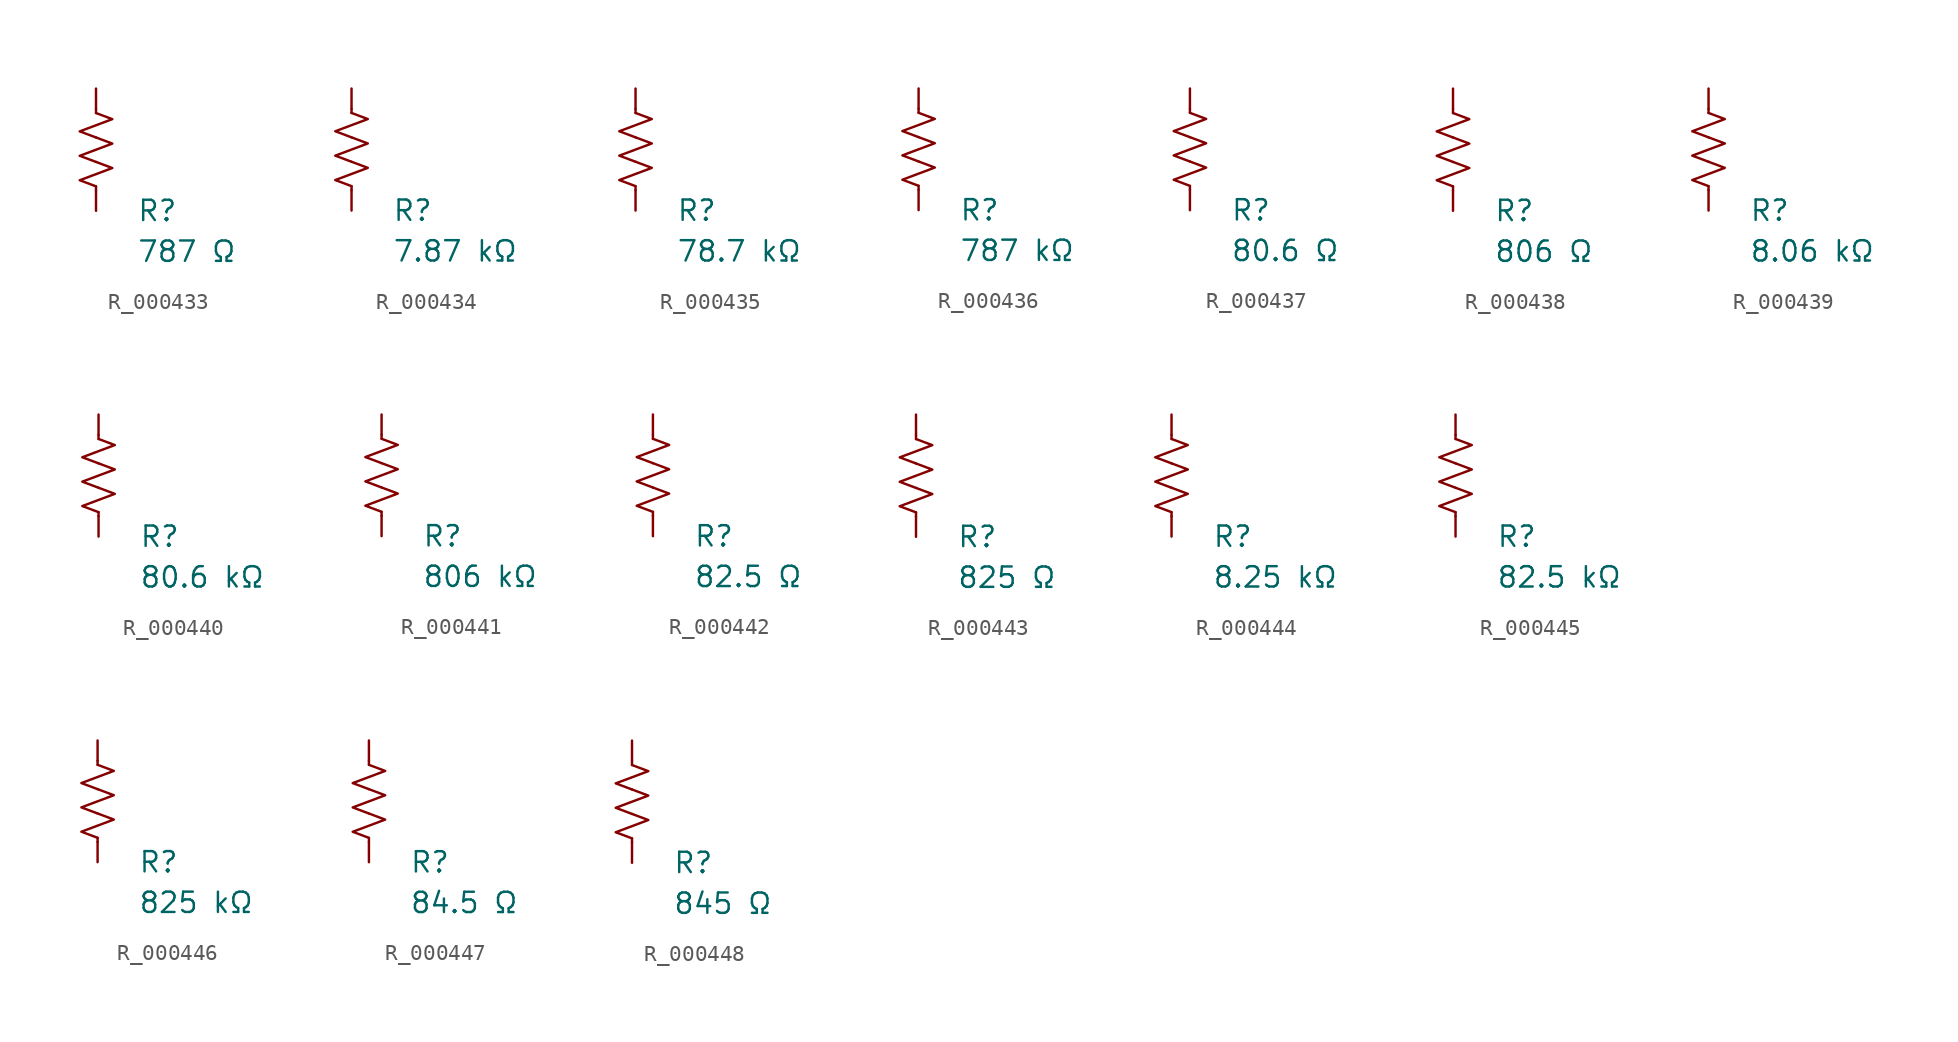
<source format=kicad_sym>
(kicad_symbol_lib
  (version 20231120)
  (generator "kicad_symbol_editor")
  (generator_version "8.0")
  (symbol "R_000433"
    (pin_numbers hide)
    (pin_names
      (offset 0))
    (property "Reference" "R"
      (at 2.54 -3.81 0)
      (effects (font (size 1.27 1.27)) (justify left))
      (show_name no))
    (property "Value" "787 Ω"
      (at 2.54 -6.35 0)
      (effects (font (size 1.27 1.27)) (justify left))
      (show_name no))
    (symbol "R_000433_0_1"
      (polyline (pts (xy 0 -2.286) (xy 0 -2.54)) (stroke (width 0) (type default)) (fill (type none)))
      (polyline (pts (xy 0 2.286) (xy 0 2.54)) (stroke (width 0) (type default)) (fill (type none)))
      (polyline (pts (xy 0 -0.762) (xy 1.016 -1.143) (xy 0 -1.524) (xy -1.016 -1.905) (xy 0 -2.286)) (stroke (width 0) (type default)) (fill (type none)))
      (polyline (pts (xy 0 0.762) (xy 1.016 0.381) (xy 0 0) (xy -1.016 -0.381) (xy 0 -0.762)) (stroke (width 0) (type default)) (fill (type none)))
      (polyline (pts (xy 0 2.286) (xy 1.016 1.905) (xy 0 1.524) (xy -1.016 1.143) (xy 0 0.762)) (stroke (width 0) (type default)) (fill (type none))))
    (symbol "R_000433_1_1"
      (pin passive line (at 0 3.81 270) (length 1.27) (name "~" (effects (font (size 1.27 1.27)))) (number "1" (effects (font (size 1.27 1.27)))))
      (pin passive line (at 0 -3.81 90) (length 1.27) (name "~" (effects (font (size 1.27 1.27)))) (number "2" (effects (font (size 1.27 1.27)))))))
  (symbol "R_000434"
    (pin_numbers hide)
    (pin_names
      (offset 0))
    (property "Reference" "R"
      (at 2.54 -3.81 0)
      (effects (font (size 1.27 1.27)) (justify left))
      (show_name no))
    (property "Value" "7.87 kΩ"
      (at 2.54 -6.35 0)
      (effects (font (size 1.27 1.27)) (justify left))
      (show_name no))
    (symbol "R_000434_0_1"
      (polyline (pts (xy 0 -2.286) (xy 0 -2.54)) (stroke (width 0) (type default)) (fill (type none)))
      (polyline (pts (xy 0 2.286) (xy 0 2.54)) (stroke (width 0) (type default)) (fill (type none)))
      (polyline (pts (xy 0 -0.762) (xy 1.016 -1.143) (xy 0 -1.524) (xy -1.016 -1.905) (xy 0 -2.286)) (stroke (width 0) (type default)) (fill (type none)))
      (polyline (pts (xy 0 0.762) (xy 1.016 0.381) (xy 0 0) (xy -1.016 -0.381) (xy 0 -0.762)) (stroke (width 0) (type default)) (fill (type none)))
      (polyline (pts (xy 0 2.286) (xy 1.016 1.905) (xy 0 1.524) (xy -1.016 1.143) (xy 0 0.762)) (stroke (width 0) (type default)) (fill (type none))))
    (symbol "R_000434_1_1"
      (pin passive line (at 0 3.81 270) (length 1.27) (name "~" (effects (font (size 1.27 1.27)))) (number "1" (effects (font (size 1.27 1.27)))))
      (pin passive line (at 0 -3.81 90) (length 1.27) (name "~" (effects (font (size 1.27 1.27)))) (number "2" (effects (font (size 1.27 1.27)))))))
  (symbol "R_000435"
    (pin_numbers hide)
    (pin_names
      (offset 0))
    (property "Reference" "R"
      (at 2.54 -3.81 0)
      (effects (font (size 1.27 1.27)) (justify left))
      (show_name no))
    (property "Value" "78.7 kΩ"
      (at 2.54 -6.35 0)
      (effects (font (size 1.27 1.27)) (justify left))
      (show_name no))
    (symbol "R_000435_0_1"
      (polyline (pts (xy 0 -2.286) (xy 0 -2.54)) (stroke (width 0) (type default)) (fill (type none)))
      (polyline (pts (xy 0 2.286) (xy 0 2.54)) (stroke (width 0) (type default)) (fill (type none)))
      (polyline (pts (xy 0 -0.762) (xy 1.016 -1.143) (xy 0 -1.524) (xy -1.016 -1.905) (xy 0 -2.286)) (stroke (width 0) (type default)) (fill (type none)))
      (polyline (pts (xy 0 0.762) (xy 1.016 0.381) (xy 0 0) (xy -1.016 -0.381) (xy 0 -0.762)) (stroke (width 0) (type default)) (fill (type none)))
      (polyline (pts (xy 0 2.286) (xy 1.016 1.905) (xy 0 1.524) (xy -1.016 1.143) (xy 0 0.762)) (stroke (width 0) (type default)) (fill (type none))))
    (symbol "R_000435_1_1"
      (pin passive line (at 0 3.81 270) (length 1.27) (name "~" (effects (font (size 1.27 1.27)))) (number "1" (effects (font (size 1.27 1.27)))))
      (pin passive line (at 0 -3.81 90) (length 1.27) (name "~" (effects (font (size 1.27 1.27)))) (number "2" (effects (font (size 1.27 1.27)))))))
  (symbol "R_000436"
    (pin_numbers hide)
    (pin_names
      (offset 0))
    (property "Reference" "R"
      (at 2.54 -3.81 0)
      (effects (font (size 1.27 1.27)) (justify left))
      (show_name no))
    (property "Value" "787 kΩ"
      (at 2.54 -6.35 0)
      (effects (font (size 1.27 1.27)) (justify left))
      (show_name no))
    (symbol "R_000436_0_1"
      (polyline (pts (xy 0 -2.286) (xy 0 -2.54)) (stroke (width 0) (type default)) (fill (type none)))
      (polyline (pts (xy 0 2.286) (xy 0 2.54)) (stroke (width 0) (type default)) (fill (type none)))
      (polyline (pts (xy 0 -0.762) (xy 1.016 -1.143) (xy 0 -1.524) (xy -1.016 -1.905) (xy 0 -2.286)) (stroke (width 0) (type default)) (fill (type none)))
      (polyline (pts (xy 0 0.762) (xy 1.016 0.381) (xy 0 0) (xy -1.016 -0.381) (xy 0 -0.762)) (stroke (width 0) (type default)) (fill (type none)))
      (polyline (pts (xy 0 2.286) (xy 1.016 1.905) (xy 0 1.524) (xy -1.016 1.143) (xy 0 0.762)) (stroke (width 0) (type default)) (fill (type none))))
    (symbol "R_000436_1_1"
      (pin passive line (at 0 3.81 270) (length 1.27) (name "~" (effects (font (size 1.27 1.27)))) (number "1" (effects (font (size 1.27 1.27)))))
      (pin passive line (at 0 -3.81 90) (length 1.27) (name "~" (effects (font (size 1.27 1.27)))) (number "2" (effects (font (size 1.27 1.27)))))))
  (symbol "R_000437"
    (pin_numbers hide)
    (pin_names
      (offset 0))
    (property "Reference" "R"
      (at 2.54 -3.81 0)
      (effects (font (size 1.27 1.27)) (justify left))
      (show_name no))
    (property "Value" "80.6 Ω"
      (at 2.54 -6.35 0)
      (effects (font (size 1.27 1.27)) (justify left))
      (show_name no))
    (symbol "R_000437_0_1"
      (polyline (pts (xy 0 -2.286) (xy 0 -2.54)) (stroke (width 0) (type default)) (fill (type none)))
      (polyline (pts (xy 0 2.286) (xy 0 2.54)) (stroke (width 0) (type default)) (fill (type none)))
      (polyline (pts (xy 0 -0.762) (xy 1.016 -1.143) (xy 0 -1.524) (xy -1.016 -1.905) (xy 0 -2.286)) (stroke (width 0) (type default)) (fill (type none)))
      (polyline (pts (xy 0 0.762) (xy 1.016 0.381) (xy 0 0) (xy -1.016 -0.381) (xy 0 -0.762)) (stroke (width 0) (type default)) (fill (type none)))
      (polyline (pts (xy 0 2.286) (xy 1.016 1.905) (xy 0 1.524) (xy -1.016 1.143) (xy 0 0.762)) (stroke (width 0) (type default)) (fill (type none))))
    (symbol "R_000437_1_1"
      (pin passive line (at 0 3.81 270) (length 1.27) (name "~" (effects (font (size 1.27 1.27)))) (number "1" (effects (font (size 1.27 1.27)))))
      (pin passive line (at 0 -3.81 90) (length 1.27) (name "~" (effects (font (size 1.27 1.27)))) (number "2" (effects (font (size 1.27 1.27)))))))
  (symbol "R_000438"
    (pin_numbers hide)
    (pin_names
      (offset 0))
    (property "Reference" "R"
      (at 2.54 -3.81 0)
      (effects (font (size 1.27 1.27)) (justify left))
      (show_name no))
    (property "Value" "806 Ω"
      (at 2.54 -6.35 0)
      (effects (font (size 1.27 1.27)) (justify left))
      (show_name no))
    (symbol "R_000438_0_1"
      (polyline (pts (xy 0 -2.286) (xy 0 -2.54)) (stroke (width 0) (type default)) (fill (type none)))
      (polyline (pts (xy 0 2.286) (xy 0 2.54)) (stroke (width 0) (type default)) (fill (type none)))
      (polyline (pts (xy 0 -0.762) (xy 1.016 -1.143) (xy 0 -1.524) (xy -1.016 -1.905) (xy 0 -2.286)) (stroke (width 0) (type default)) (fill (type none)))
      (polyline (pts (xy 0 0.762) (xy 1.016 0.381) (xy 0 0) (xy -1.016 -0.381) (xy 0 -0.762)) (stroke (width 0) (type default)) (fill (type none)))
      (polyline (pts (xy 0 2.286) (xy 1.016 1.905) (xy 0 1.524) (xy -1.016 1.143) (xy 0 0.762)) (stroke (width 0) (type default)) (fill (type none))))
    (symbol "R_000438_1_1"
      (pin passive line (at 0 3.81 270) (length 1.27) (name "~" (effects (font (size 1.27 1.27)))) (number "1" (effects (font (size 1.27 1.27)))))
      (pin passive line (at 0 -3.81 90) (length 1.27) (name "~" (effects (font (size 1.27 1.27)))) (number "2" (effects (font (size 1.27 1.27)))))))
  (symbol "R_000439"
    (pin_numbers hide)
    (pin_names
      (offset 0))
    (property "Reference" "R"
      (at 2.54 -3.81 0)
      (effects (font (size 1.27 1.27)) (justify left))
      (show_name no))
    (property "Value" "8.06 kΩ"
      (at 2.54 -6.35 0)
      (effects (font (size 1.27 1.27)) (justify left))
      (show_name no))
    (symbol "R_000439_0_1"
      (polyline (pts (xy 0 -2.286) (xy 0 -2.54)) (stroke (width 0) (type default)) (fill (type none)))
      (polyline (pts (xy 0 2.286) (xy 0 2.54)) (stroke (width 0) (type default)) (fill (type none)))
      (polyline (pts (xy 0 -0.762) (xy 1.016 -1.143) (xy 0 -1.524) (xy -1.016 -1.905) (xy 0 -2.286)) (stroke (width 0) (type default)) (fill (type none)))
      (polyline (pts (xy 0 0.762) (xy 1.016 0.381) (xy 0 0) (xy -1.016 -0.381) (xy 0 -0.762)) (stroke (width 0) (type default)) (fill (type none)))
      (polyline (pts (xy 0 2.286) (xy 1.016 1.905) (xy 0 1.524) (xy -1.016 1.143) (xy 0 0.762)) (stroke (width 0) (type default)) (fill (type none))))
    (symbol "R_000439_1_1"
      (pin passive line (at 0 3.81 270) (length 1.27) (name "~" (effects (font (size 1.27 1.27)))) (number "1" (effects (font (size 1.27 1.27)))))
      (pin passive line (at 0 -3.81 90) (length 1.27) (name "~" (effects (font (size 1.27 1.27)))) (number "2" (effects (font (size 1.27 1.27)))))))
  (symbol "R_000440"
    (pin_numbers hide)
    (pin_names
      (offset 0))
    (property "Reference" "R"
      (at 2.54 -3.81 0)
      (effects (font (size 1.27 1.27)) (justify left))
      (show_name no))
    (property "Value" "80.6 kΩ"
      (at 2.54 -6.35 0)
      (effects (font (size 1.27 1.27)) (justify left))
      (show_name no))
    (symbol "R_000440_0_1"
      (polyline (pts (xy 0 -2.286) (xy 0 -2.54)) (stroke (width 0) (type default)) (fill (type none)))
      (polyline (pts (xy 0 2.286) (xy 0 2.54)) (stroke (width 0) (type default)) (fill (type none)))
      (polyline (pts (xy 0 -0.762) (xy 1.016 -1.143) (xy 0 -1.524) (xy -1.016 -1.905) (xy 0 -2.286)) (stroke (width 0) (type default)) (fill (type none)))
      (polyline (pts (xy 0 0.762) (xy 1.016 0.381) (xy 0 0) (xy -1.016 -0.381) (xy 0 -0.762)) (stroke (width 0) (type default)) (fill (type none)))
      (polyline (pts (xy 0 2.286) (xy 1.016 1.905) (xy 0 1.524) (xy -1.016 1.143) (xy 0 0.762)) (stroke (width 0) (type default)) (fill (type none))))
    (symbol "R_000440_1_1"
      (pin passive line (at 0 3.81 270) (length 1.27) (name "~" (effects (font (size 1.27 1.27)))) (number "1" (effects (font (size 1.27 1.27)))))
      (pin passive line (at 0 -3.81 90) (length 1.27) (name "~" (effects (font (size 1.27 1.27)))) (number "2" (effects (font (size 1.27 1.27)))))))
  (symbol "R_000441"
    (pin_numbers hide)
    (pin_names
      (offset 0))
    (property "Reference" "R"
      (at 2.54 -3.81 0)
      (effects (font (size 1.27 1.27)) (justify left))
      (show_name no))
    (property "Value" "806 kΩ"
      (at 2.54 -6.35 0)
      (effects (font (size 1.27 1.27)) (justify left))
      (show_name no))
    (symbol "R_000441_0_1"
      (polyline (pts (xy 0 -2.286) (xy 0 -2.54)) (stroke (width 0) (type default)) (fill (type none)))
      (polyline (pts (xy 0 2.286) (xy 0 2.54)) (stroke (width 0) (type default)) (fill (type none)))
      (polyline (pts (xy 0 -0.762) (xy 1.016 -1.143) (xy 0 -1.524) (xy -1.016 -1.905) (xy 0 -2.286)) (stroke (width 0) (type default)) (fill (type none)))
      (polyline (pts (xy 0 0.762) (xy 1.016 0.381) (xy 0 0) (xy -1.016 -0.381) (xy 0 -0.762)) (stroke (width 0) (type default)) (fill (type none)))
      (polyline (pts (xy 0 2.286) (xy 1.016 1.905) (xy 0 1.524) (xy -1.016 1.143) (xy 0 0.762)) (stroke (width 0) (type default)) (fill (type none))))
    (symbol "R_000441_1_1"
      (pin passive line (at 0 3.81 270) (length 1.27) (name "~" (effects (font (size 1.27 1.27)))) (number "1" (effects (font (size 1.27 1.27)))))
      (pin passive line (at 0 -3.81 90) (length 1.27) (name "~" (effects (font (size 1.27 1.27)))) (number "2" (effects (font (size 1.27 1.27)))))))
  (symbol "R_000442"
    (pin_numbers hide)
    (pin_names
      (offset 0))
    (property "Reference" "R"
      (at 2.54 -3.81 0)
      (effects (font (size 1.27 1.27)) (justify left))
      (show_name no))
    (property "Value" "82.5 Ω"
      (at 2.54 -6.35 0)
      (effects (font (size 1.27 1.27)) (justify left))
      (show_name no))
    (symbol "R_000442_0_1"
      (polyline (pts (xy 0 -2.286) (xy 0 -2.54)) (stroke (width 0) (type default)) (fill (type none)))
      (polyline (pts (xy 0 2.286) (xy 0 2.54)) (stroke (width 0) (type default)) (fill (type none)))
      (polyline (pts (xy 0 -0.762) (xy 1.016 -1.143) (xy 0 -1.524) (xy -1.016 -1.905) (xy 0 -2.286)) (stroke (width 0) (type default)) (fill (type none)))
      (polyline (pts (xy 0 0.762) (xy 1.016 0.381) (xy 0 0) (xy -1.016 -0.381) (xy 0 -0.762)) (stroke (width 0) (type default)) (fill (type none)))
      (polyline (pts (xy 0 2.286) (xy 1.016 1.905) (xy 0 1.524) (xy -1.016 1.143) (xy 0 0.762)) (stroke (width 0) (type default)) (fill (type none))))
    (symbol "R_000442_1_1"
      (pin passive line (at 0 3.81 270) (length 1.27) (name "~" (effects (font (size 1.27 1.27)))) (number "1" (effects (font (size 1.27 1.27)))))
      (pin passive line (at 0 -3.81 90) (length 1.27) (name "~" (effects (font (size 1.27 1.27)))) (number "2" (effects (font (size 1.27 1.27)))))))
  (symbol "R_000443"
    (pin_numbers hide)
    (pin_names
      (offset 0))
    (property "Reference" "R"
      (at 2.54 -3.81 0)
      (effects (font (size 1.27 1.27)) (justify left))
      (show_name no))
    (property "Value" "825 Ω"
      (at 2.54 -6.35 0)
      (effects (font (size 1.27 1.27)) (justify left))
      (show_name no))
    (symbol "R_000443_0_1"
      (polyline (pts (xy 0 -2.286) (xy 0 -2.54)) (stroke (width 0) (type default)) (fill (type none)))
      (polyline (pts (xy 0 2.286) (xy 0 2.54)) (stroke (width 0) (type default)) (fill (type none)))
      (polyline (pts (xy 0 -0.762) (xy 1.016 -1.143) (xy 0 -1.524) (xy -1.016 -1.905) (xy 0 -2.286)) (stroke (width 0) (type default)) (fill (type none)))
      (polyline (pts (xy 0 0.762) (xy 1.016 0.381) (xy 0 0) (xy -1.016 -0.381) (xy 0 -0.762)) (stroke (width 0) (type default)) (fill (type none)))
      (polyline (pts (xy 0 2.286) (xy 1.016 1.905) (xy 0 1.524) (xy -1.016 1.143) (xy 0 0.762)) (stroke (width 0) (type default)) (fill (type none))))
    (symbol "R_000443_1_1"
      (pin passive line (at 0 3.81 270) (length 1.27) (name "~" (effects (font (size 1.27 1.27)))) (number "1" (effects (font (size 1.27 1.27)))))
      (pin passive line (at 0 -3.81 90) (length 1.27) (name "~" (effects (font (size 1.27 1.27)))) (number "2" (effects (font (size 1.27 1.27)))))))
  (symbol "R_000444"
    (pin_numbers hide)
    (pin_names
      (offset 0))
    (property "Reference" "R"
      (at 2.54 -3.81 0)
      (effects (font (size 1.27 1.27)) (justify left))
      (show_name no))
    (property "Value" "8.25 kΩ"
      (at 2.54 -6.35 0)
      (effects (font (size 1.27 1.27)) (justify left))
      (show_name no))
    (symbol "R_000444_0_1"
      (polyline (pts (xy 0 -2.286) (xy 0 -2.54)) (stroke (width 0) (type default)) (fill (type none)))
      (polyline (pts (xy 0 2.286) (xy 0 2.54)) (stroke (width 0) (type default)) (fill (type none)))
      (polyline (pts (xy 0 -0.762) (xy 1.016 -1.143) (xy 0 -1.524) (xy -1.016 -1.905) (xy 0 -2.286)) (stroke (width 0) (type default)) (fill (type none)))
      (polyline (pts (xy 0 0.762) (xy 1.016 0.381) (xy 0 0) (xy -1.016 -0.381) (xy 0 -0.762)) (stroke (width 0) (type default)) (fill (type none)))
      (polyline (pts (xy 0 2.286) (xy 1.016 1.905) (xy 0 1.524) (xy -1.016 1.143) (xy 0 0.762)) (stroke (width 0) (type default)) (fill (type none))))
    (symbol "R_000444_1_1"
      (pin passive line (at 0 3.81 270) (length 1.27) (name "~" (effects (font (size 1.27 1.27)))) (number "1" (effects (font (size 1.27 1.27)))))
      (pin passive line (at 0 -3.81 90) (length 1.27) (name "~" (effects (font (size 1.27 1.27)))) (number "2" (effects (font (size 1.27 1.27)))))))
  (symbol "R_000445"
    (pin_numbers hide)
    (pin_names
      (offset 0))
    (property "Reference" "R"
      (at 2.54 -3.81 0)
      (effects (font (size 1.27 1.27)) (justify left))
      (show_name no))
    (property "Value" "82.5 kΩ"
      (at 2.54 -6.35 0)
      (effects (font (size 1.27 1.27)) (justify left))
      (show_name no))
    (symbol "R_000445_0_1"
      (polyline (pts (xy 0 -2.286) (xy 0 -2.54)) (stroke (width 0) (type default)) (fill (type none)))
      (polyline (pts (xy 0 2.286) (xy 0 2.54)) (stroke (width 0) (type default)) (fill (type none)))
      (polyline (pts (xy 0 -0.762) (xy 1.016 -1.143) (xy 0 -1.524) (xy -1.016 -1.905) (xy 0 -2.286)) (stroke (width 0) (type default)) (fill (type none)))
      (polyline (pts (xy 0 0.762) (xy 1.016 0.381) (xy 0 0) (xy -1.016 -0.381) (xy 0 -0.762)) (stroke (width 0) (type default)) (fill (type none)))
      (polyline (pts (xy 0 2.286) (xy 1.016 1.905) (xy 0 1.524) (xy -1.016 1.143) (xy 0 0.762)) (stroke (width 0) (type default)) (fill (type none))))
    (symbol "R_000445_1_1"
      (pin passive line (at 0 3.81 270) (length 1.27) (name "~" (effects (font (size 1.27 1.27)))) (number "1" (effects (font (size 1.27 1.27)))))
      (pin passive line (at 0 -3.81 90) (length 1.27) (name "~" (effects (font (size 1.27 1.27)))) (number "2" (effects (font (size 1.27 1.27)))))))
  (symbol "R_000446"
    (pin_numbers hide)
    (pin_names
      (offset 0))
    (property "Reference" "R"
      (at 2.54 -3.81 0)
      (effects (font (size 1.27 1.27)) (justify left))
      (show_name no))
    (property "Value" "825 kΩ"
      (at 2.54 -6.35 0)
      (effects (font (size 1.27 1.27)) (justify left))
      (show_name no))
    (symbol "R_000446_0_1"
      (polyline (pts (xy 0 -2.286) (xy 0 -2.54)) (stroke (width 0) (type default)) (fill (type none)))
      (polyline (pts (xy 0 2.286) (xy 0 2.54)) (stroke (width 0) (type default)) (fill (type none)))
      (polyline (pts (xy 0 -0.762) (xy 1.016 -1.143) (xy 0 -1.524) (xy -1.016 -1.905) (xy 0 -2.286)) (stroke (width 0) (type default)) (fill (type none)))
      (polyline (pts (xy 0 0.762) (xy 1.016 0.381) (xy 0 0) (xy -1.016 -0.381) (xy 0 -0.762)) (stroke (width 0) (type default)) (fill (type none)))
      (polyline (pts (xy 0 2.286) (xy 1.016 1.905) (xy 0 1.524) (xy -1.016 1.143) (xy 0 0.762)) (stroke (width 0) (type default)) (fill (type none))))
    (symbol "R_000446_1_1"
      (pin passive line (at 0 3.81 270) (length 1.27) (name "~" (effects (font (size 1.27 1.27)))) (number "1" (effects (font (size 1.27 1.27)))))
      (pin passive line (at 0 -3.81 90) (length 1.27) (name "~" (effects (font (size 1.27 1.27)))) (number "2" (effects (font (size 1.27 1.27)))))))
  (symbol "R_000447"
    (pin_numbers hide)
    (pin_names
      (offset 0))
    (property "Reference" "R"
      (at 2.54 -3.81 0)
      (effects (font (size 1.27 1.27)) (justify left))
      (show_name no))
    (property "Value" "84.5 Ω"
      (at 2.54 -6.35 0)
      (effects (font (size 1.27 1.27)) (justify left))
      (show_name no))
    (symbol "R_000447_0_1"
      (polyline (pts (xy 0 -2.286) (xy 0 -2.54)) (stroke (width 0) (type default)) (fill (type none)))
      (polyline (pts (xy 0 2.286) (xy 0 2.54)) (stroke (width 0) (type default)) (fill (type none)))
      (polyline (pts (xy 0 -0.762) (xy 1.016 -1.143) (xy 0 -1.524) (xy -1.016 -1.905) (xy 0 -2.286)) (stroke (width 0) (type default)) (fill (type none)))
      (polyline (pts (xy 0 0.762) (xy 1.016 0.381) (xy 0 0) (xy -1.016 -0.381) (xy 0 -0.762)) (stroke (width 0) (type default)) (fill (type none)))
      (polyline (pts (xy 0 2.286) (xy 1.016 1.905) (xy 0 1.524) (xy -1.016 1.143) (xy 0 0.762)) (stroke (width 0) (type default)) (fill (type none))))
    (symbol "R_000447_1_1"
      (pin passive line (at 0 3.81 270) (length 1.27) (name "~" (effects (font (size 1.27 1.27)))) (number "1" (effects (font (size 1.27 1.27)))))
      (pin passive line (at 0 -3.81 90) (length 1.27) (name "~" (effects (font (size 1.27 1.27)))) (number "2" (effects (font (size 1.27 1.27)))))))
  (symbol "R_000448"
    (pin_numbers hide)
    (pin_names
      (offset 0))
    (property "Reference" "R"
      (at 2.54 -3.81 0)
      (effects (font (size 1.27 1.27)) (justify left))
      (show_name no))
    (property "Value" "845 Ω"
      (at 2.54 -6.35 0)
      (effects (font (size 1.27 1.27)) (justify left))
      (show_name no))
    (symbol "R_000448_0_1"
      (polyline (pts (xy 0 -2.286) (xy 0 -2.54)) (stroke (width 0) (type default)) (fill (type none)))
      (polyline (pts (xy 0 2.286) (xy 0 2.54)) (stroke (width 0) (type default)) (fill (type none)))
      (polyline (pts (xy 0 -0.762) (xy 1.016 -1.143) (xy 0 -1.524) (xy -1.016 -1.905) (xy 0 -2.286)) (stroke (width 0) (type default)) (fill (type none)))
      (polyline (pts (xy 0 0.762) (xy 1.016 0.381) (xy 0 0) (xy -1.016 -0.381) (xy 0 -0.762)) (stroke (width 0) (type default)) (fill (type none)))
      (polyline (pts (xy 0 2.286) (xy 1.016 1.905) (xy 0 1.524) (xy -1.016 1.143) (xy 0 0.762)) (stroke (width 0) (type default)) (fill (type none))))
    (symbol "R_000448_1_1"
      (pin passive line (at 0 3.81 270) (length 1.27) (name "~" (effects (font (size 1.27 1.27)))) (number "1" (effects (font (size 1.27 1.27)))))
      (pin passive line (at 0 -3.81 90) (length 1.27) (name "~" (effects (font (size 1.27 1.27)))) (number "2" (effects (font (size 1.27 1.27))))))))
</source>
